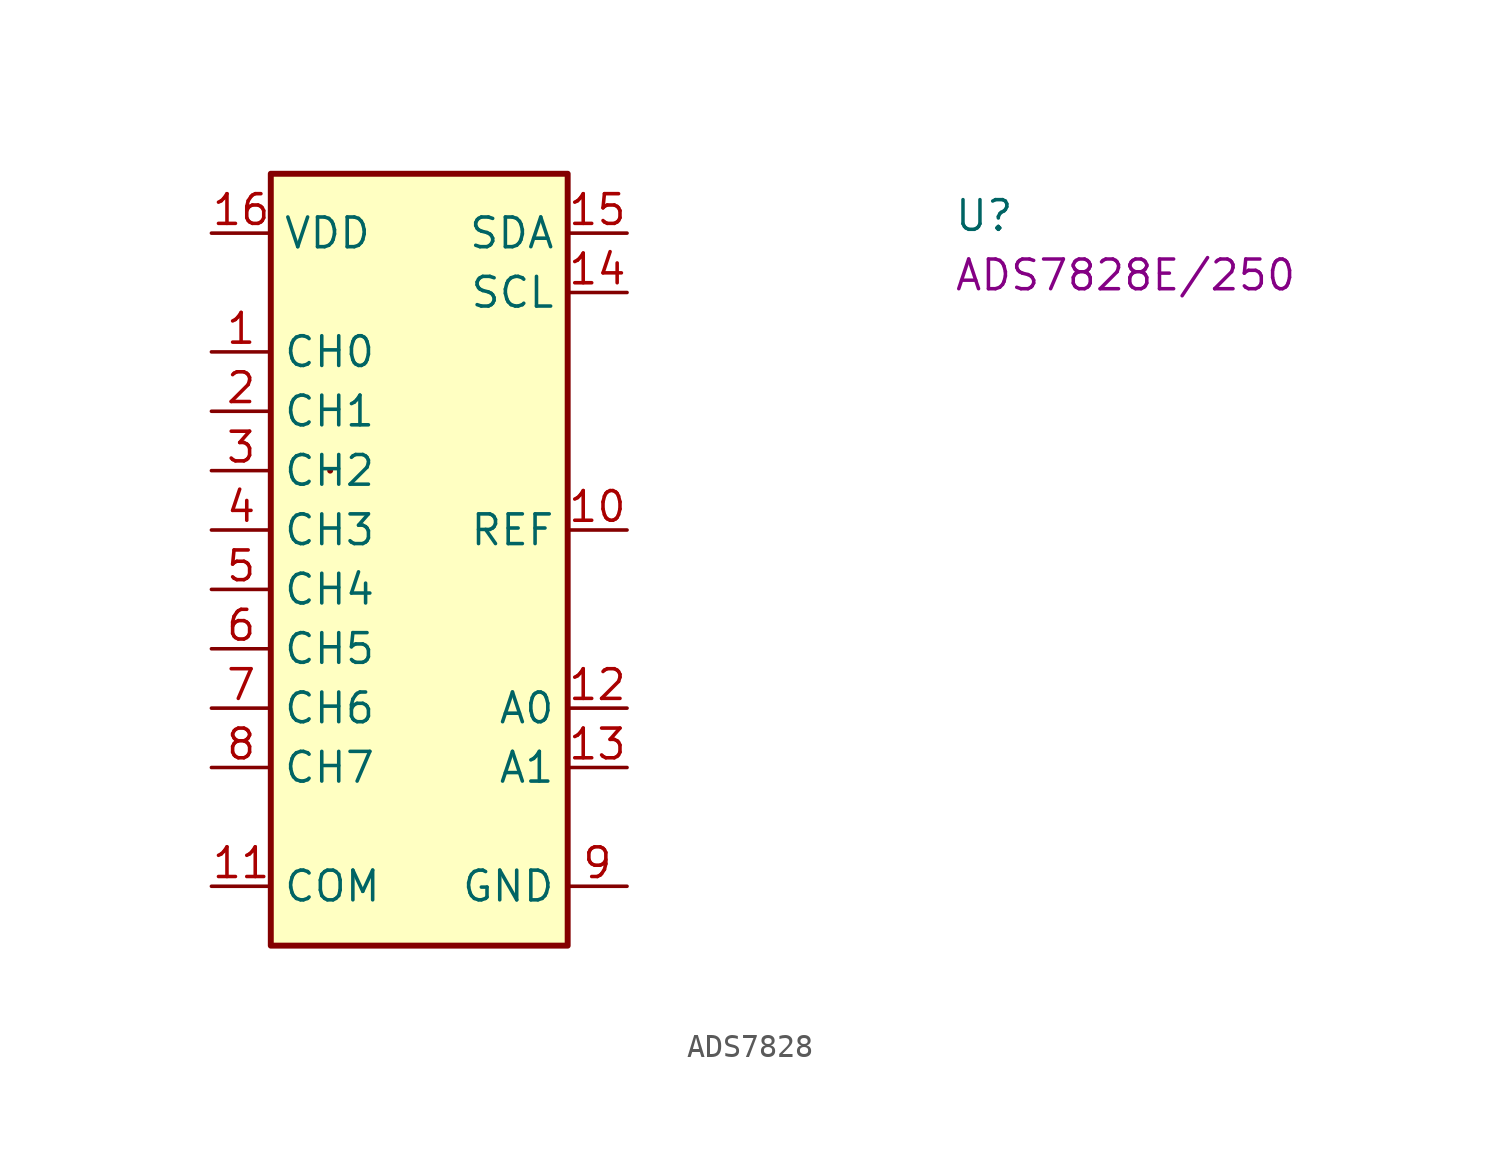
<source format=kicad_sym>
(kicad_symbol_lib
  (version 20220914)
  (generator kicad_symbol_editor)
  (symbol "ADS7828"
    (property "Reference" "U"
      (at 31.75 0 0)
      (effects (font (size 1.27 1.27) (thickness 0.15)) (justify left bottom)))
    (property "MPN" "ADS7828E/250"
      (at 31.75 -2.54 0)
      (effects (font (size 1.27 1.27) (thickness 0.15)) (justify left bottom)))
    (symbol "ADS7828_1_1"
      (rectangle (start 2.54 2.54) (end 15.24 -30.48) (stroke (width 0.254) (type default)) (fill (type background)))
      (rectangle (start 5.08 -10.16) (end 5.08 -10.16) (stroke (width 0.254) (type default)) (fill (type background)))
      (pin input line (at 0 -5.08 0) (length 2.54) (name "CH0" (effects (font (size 1.27 1.27)))) (number "1" (effects (font (size 1.27 1.27)))))
      (pin bidirectional line (at 17.78 -12.7 180) (length 2.54) (name "REF" (effects (font (size 1.27 1.27)))) (number "10" (effects (font (size 1.27 1.27)))))
      (pin input line (at 0 -27.94 0) (length 2.54) (name "COM" (effects (font (size 1.27 1.27)))) (number "11" (effects (font (size 1.27 1.27)))))
      (pin input line (at 17.78 -20.32 180) (length 2.54) (name "A0" (effects (font (size 1.27 1.27)))) (number "12" (effects (font (size 1.27 1.27)))))
      (pin input line (at 17.78 -22.86 180) (length 2.54) (name "A1" (effects (font (size 1.27 1.27)))) (number "13" (effects (font (size 1.27 1.27)))))
      (pin input line (at 17.78 -2.54 180) (length 2.54) (name "SCL" (effects (font (size 1.27 1.27)))) (number "14" (effects (font (size 1.27 1.27)))))
      (pin bidirectional line (at 17.78 0 180) (length 2.54) (name "SDA" (effects (font (size 1.27 1.27)))) (number "15" (effects (font (size 1.27 1.27)))))
      (pin power_in line (at 0 0 0) (length 2.54) (name "VDD" (effects (font (size 1.27 1.27)))) (number "16" (effects (font (size 1.27 1.27)))))
      (pin input line (at 0 -7.62 0) (length 2.54) (name "CH1" (effects (font (size 1.27 1.27)))) (number "2" (effects (font (size 1.27 1.27)))))
      (pin input line (at 0 -10.16 0) (length 2.54) (name "CH2" (effects (font (size 1.27 1.27)))) (number "3" (effects (font (size 1.27 1.27)))))
      (pin input line (at 0 -12.7 0) (length 2.54) (name "CH3" (effects (font (size 1.27 1.27)))) (number "4" (effects (font (size 1.27 1.27)))))
      (pin input line (at 0 -15.24 0) (length 2.54) (name "CH4" (effects (font (size 1.27 1.27)))) (number "5" (effects (font (size 1.27 1.27)))))
      (pin input line (at 0 -17.78 0) (length 2.54) (name "CH5" (effects (font (size 1.27 1.27)))) (number "6" (effects (font (size 1.27 1.27)))))
      (pin input line (at 0 -20.32 0) (length 2.54) (name "CH6" (effects (font (size 1.27 1.27)))) (number "7" (effects (font (size 1.27 1.27)))))
      (pin input line (at 0 -22.86 0) (length 2.54) (name "CH7" (effects (font (size 1.27 1.27)))) (number "8" (effects (font (size 1.27 1.27)))))
      (pin power_in line (at 17.78 -27.94 180) (length 2.54) (name "GND" (effects (font (size 1.27 1.27)))) (number "9" (effects (font (size 1.27 1.27))))))))
</source>
